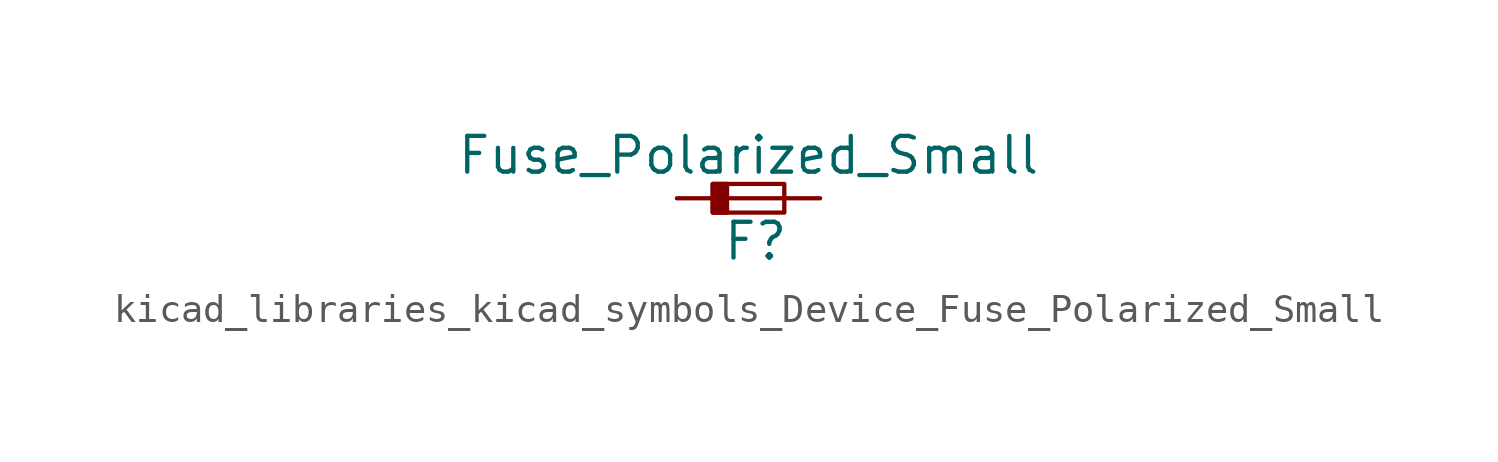
<source format=kicad_sym>
(kicad_symbol_lib
  (version 20220914)
  (generator kicad_symbol_editor)
  (symbol "kicad_libraries_kicad_symbols_Device_Fuse_Polarized_Small"
    (pin_numbers hide)
    (pin_names
      (offset 0.254) hide)
    (property "Reference" "F"
      (at 0.254 -1.524 0)
      (effects (font (size 1.27 1.27))))
    (property "Value" "Fuse_Polarized_Small"
      (at 0 1.524 0)
      (effects (font (size 1.27 1.27))))
    (symbol "kicad_libraries_kicad_symbols_Device_Fuse_Polarized_Small_0_1"
      (rectangle (start -1.27 0.508) (end -0.762 -0.508) (stroke (width 0) (type default)) (fill (type outline)))
      (rectangle (start -1.27 0.508) (end 1.27 -0.508) (stroke (width 0) (type default)) (fill (type none)))
      (polyline (pts (xy -1.27 0) (xy 1.27 0)) (stroke (width 0) (type default)) (fill (type none))))
    (symbol "kicad_libraries_kicad_symbols_Device_Fuse_Polarized_Small_1_1"
      (pin power_in line (at -2.54 0 0) (length 1.27) (name "~" (effects (font (size 1.27 1.27)))) (number "1" (effects (font (size 1.27 1.27)))))
      (pin power_out line (at 2.54 0 180) (length 1.27) (name "~" (effects (font (size 1.27 1.27)))) (number "2" (effects (font (size 1.27 1.27))))))))
</source>
